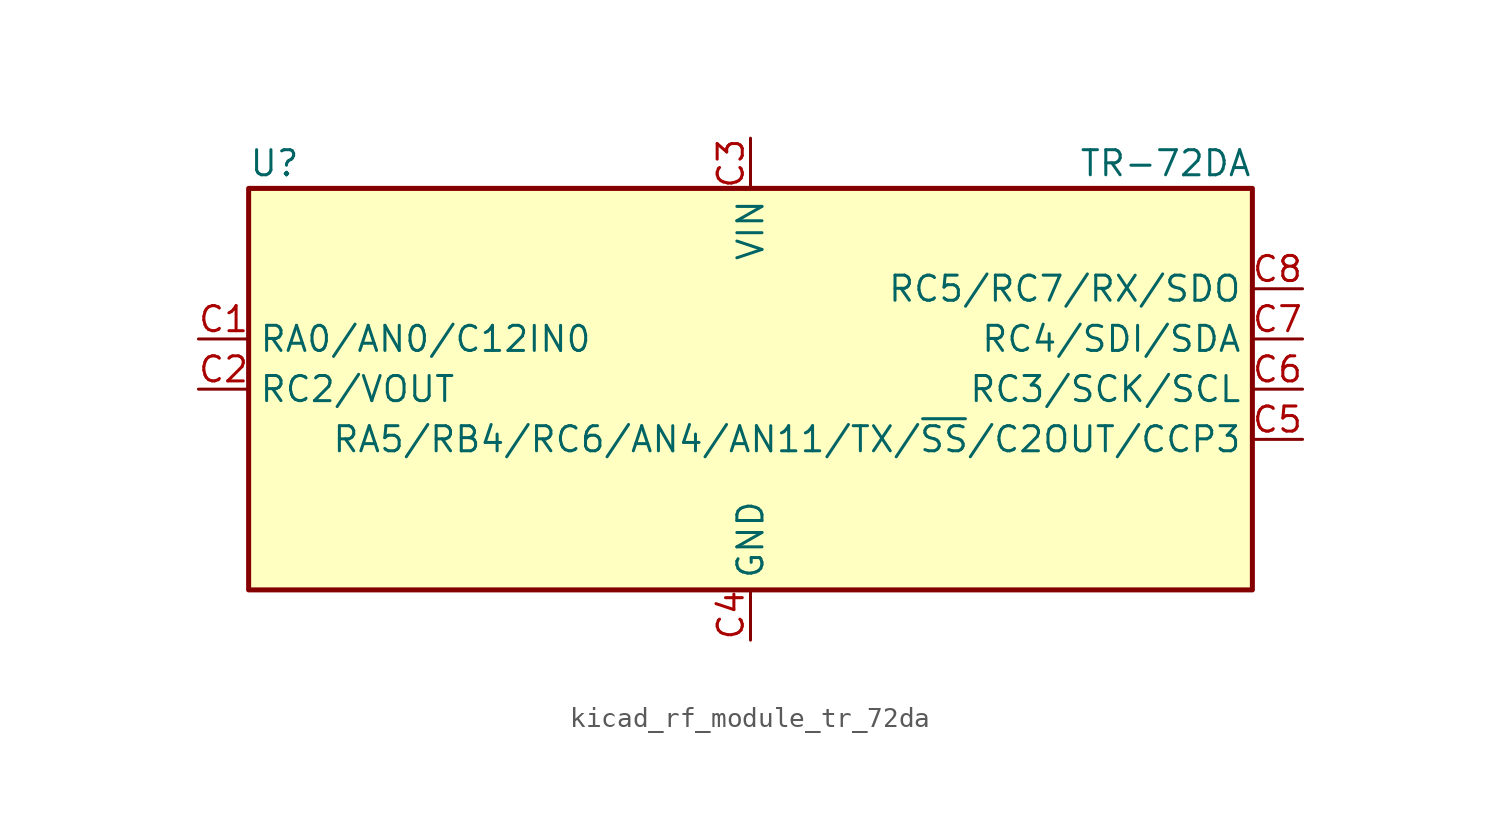
<source format=kicad_sym>
(kicad_symbol_lib
  (version 20220914)
  (generator kicad_symbol_editor)
  (symbol "kicad_rf_module_tr_72da"
    (property "Reference" "U"
      (at -25.4 11.43 0)
      (effects (font (size 1.27 1.27)) (justify left)))
    (property "Value" "TR-72DA"
      (at 25.4 11.43 0)
      (effects (font (size 1.27 1.27)) (justify right)))
    (symbol "kicad_rf_module_tr_72da_0_1"
      (rectangle (start -25.4 10.16) (end 25.4 -10.16) (stroke (width 0.254) (type default)) (fill (type background))))
    (symbol "kicad_rf_module_tr_72da_1_1"
      (pin bidirectional line (at -27.94 2.54 0) (length 2.54) (name "RA0/AN0/C12IN0" (effects (font (size 1.27 1.27)))) (number "C1" (effects (font (size 1.27 1.27)))))
      (pin bidirectional line (at -27.94 0 0) (length 2.54) (name "RC2/VOUT" (effects (font (size 1.27 1.27)))) (number "C2" (effects (font (size 1.27 1.27)))))
      (pin power_in line (at 0 12.7 270) (length 2.54) (name "VIN" (effects (font (size 1.27 1.27)))) (number "C3" (effects (font (size 1.27 1.27)))))
      (pin power_in line (at 0 -12.7 90) (length 2.54) (name "GND" (effects (font (size 1.27 1.27)))) (number "C4" (effects (font (size 1.27 1.27)))))
      (pin bidirectional line (at 27.94 -2.54 180) (length 2.54) (name "RA5/RB4/RC6/AN4/AN11/TX/~{SS}/C2OUT/CCP3" (effects (font (size 1.27 1.27)))) (number "C5" (effects (font (size 1.27 1.27)))))
      (pin bidirectional line (at 27.94 0 180) (length 2.54) (name "RC3/SCK/SCL" (effects (font (size 1.27 1.27)))) (number "C6" (effects (font (size 1.27 1.27)))))
      (pin bidirectional line (at 27.94 2.54 180) (length 2.54) (name "RC4/SDI/SDA" (effects (font (size 1.27 1.27)))) (number "C7" (effects (font (size 1.27 1.27)))))
      (pin bidirectional line (at 27.94 5.08 180) (length 2.54) (name "RC5/RC7/RX/SDO" (effects (font (size 1.27 1.27)))) (number "C8" (effects (font (size 1.27 1.27))))))))
</source>
